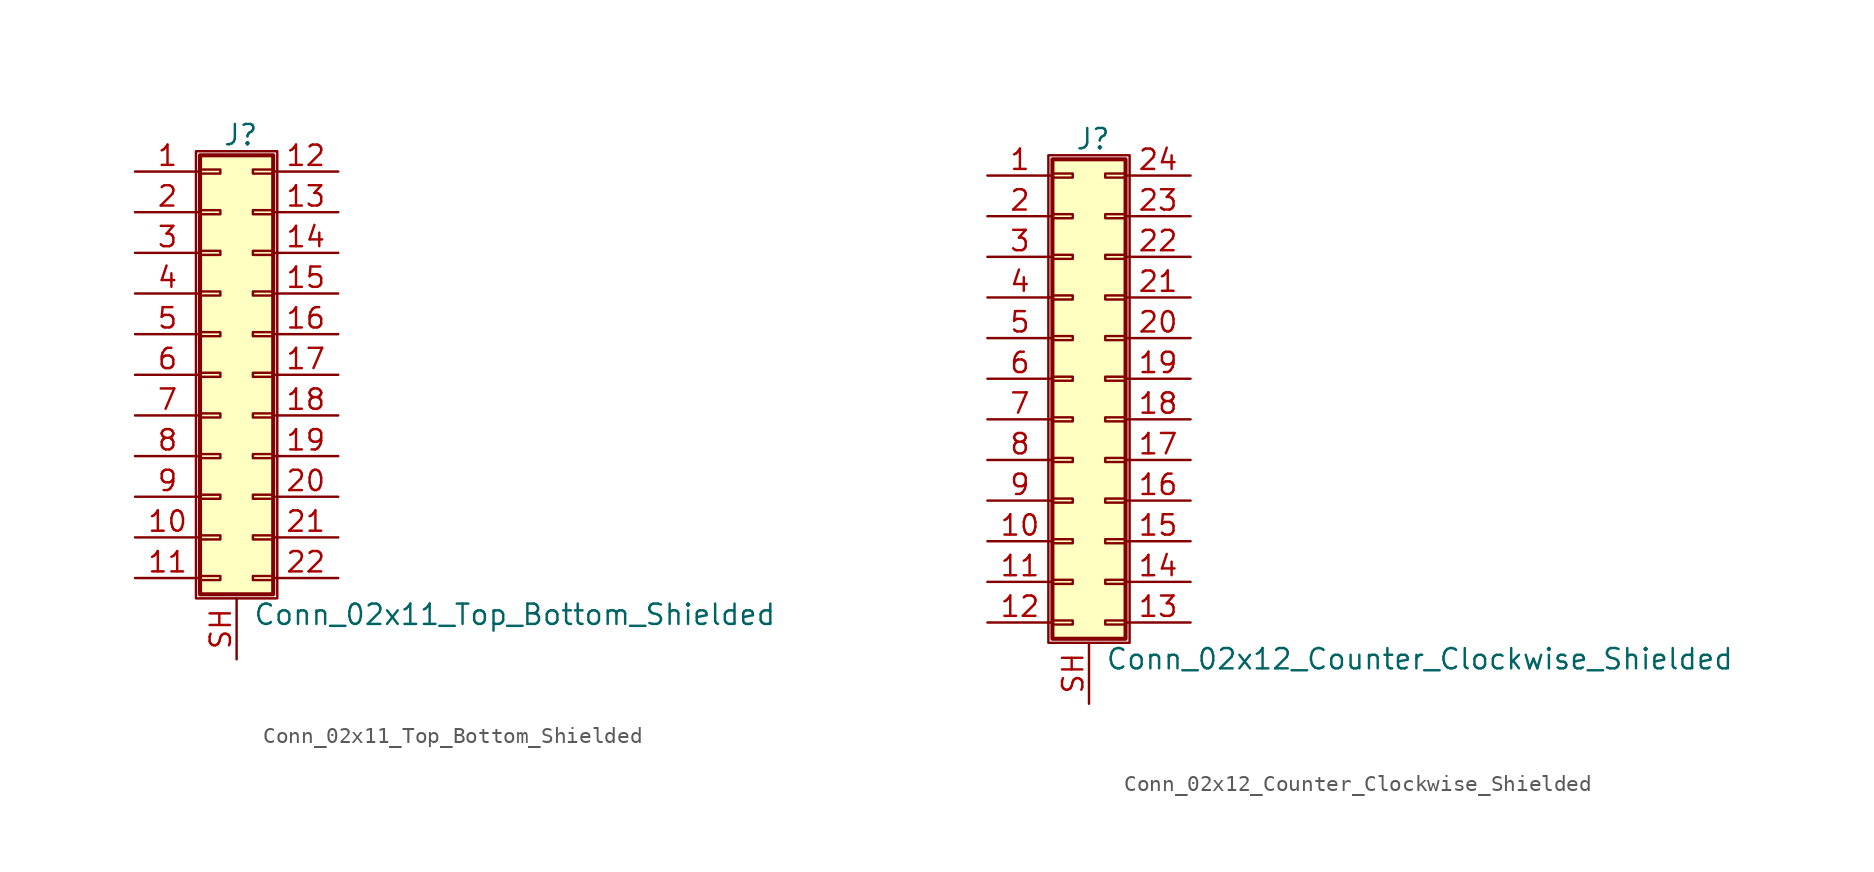
<source format=kicad_sym>
(kicad_symbol_lib
  (version 20201005)
  (generator kicad_symbol_editor)
  (symbol "Connector_Generic_Shielded:Conn_02x11_Top_Bottom_Shielded"
    (pin_names
      (offset 1.016) hide)
    (property "Reference" "J"
      (at 1.524 14.986 0)
      (effects (font (size 1.27 1.27))))
    (property "Value" "Conn_02x11_Top_Bottom_Shielded"
      (at 2.286 -14.986 0)
      (effects (font (size 1.27 1.27)) (justify left)))
    (symbol "Conn_02x11_Top_Bottom_Shielded_1_1"
      (rectangle (start -1.016 -4.953) (end 0.254 -5.207) (stroke (width 0.152)) (fill (type none)))
      (rectangle (start -1.016 -7.493) (end 0.254 -7.747) (stroke (width 0.152)) (fill (type none)))
      (rectangle (start -1.016 -10.033) (end 0.254 -10.287) (stroke (width 0.152)) (fill (type none)))
      (rectangle (start -1.016 -12.573) (end 0.254 -12.827) (stroke (width 0.152)) (fill (type none)))
      (rectangle (start -1.016 -2.413) (end 0.254 -2.667) (stroke (width 0.152)) (fill (type none)))
      (rectangle (start -1.016 2.667) (end 0.254 2.413) (stroke (width 0.152)) (fill (type none)))
      (rectangle (start -1.016 5.207) (end 0.254 4.953) (stroke (width 0.152)) (fill (type none)))
      (rectangle (start -1.016 7.747) (end 0.254 7.493) (stroke (width 0.152)) (fill (type none)))
      (rectangle (start -1.016 10.287) (end 0.254 10.033) (stroke (width 0.152)) (fill (type none)))
      (rectangle (start -1.016 0.127) (end 0.254 -0.127) (stroke (width 0.152)) (fill (type none)))
      (rectangle (start -1.016 12.827) (end 0.254 12.573) (stroke (width 0.152)) (fill (type none)))
      (rectangle (start -1.016 13.716) (end 3.556 -13.716) (stroke (width 0.254)) (fill (type background)))
      (rectangle (start -1.27 13.97) (end 3.81 -13.97) (stroke (width 0.152)) (fill (type none)))
      (rectangle (start 3.556 -4.953) (end 2.286 -5.207) (stroke (width 0.152)) (fill (type none)))
      (rectangle (start 3.556 -7.493) (end 2.286 -7.747) (stroke (width 0.152)) (fill (type none)))
      (rectangle (start 3.556 -10.033) (end 2.286 -10.287) (stroke (width 0.152)) (fill (type none)))
      (rectangle (start 3.556 -12.573) (end 2.286 -12.827) (stroke (width 0.152)) (fill (type none)))
      (rectangle (start 3.556 -2.413) (end 2.286 -2.667) (stroke (width 0.152)) (fill (type none)))
      (rectangle (start 3.556 2.667) (end 2.286 2.413) (stroke (width 0.152)) (fill (type none)))
      (rectangle (start 3.556 5.207) (end 2.286 4.953) (stroke (width 0.152)) (fill (type none)))
      (rectangle (start 3.556 7.747) (end 2.286 7.493) (stroke (width 0.152)) (fill (type none)))
      (rectangle (start 3.556 10.287) (end 2.286 10.033) (stroke (width 0.152)) (fill (type none)))
      (rectangle (start 3.556 0.127) (end 2.286 -0.127) (stroke (width 0.152)) (fill (type none)))
      (rectangle (start 3.556 12.827) (end 2.286 12.573) (stroke (width 0.152)) (fill (type none)))
      (pin passive line (at -5.08 12.7 0) (length 4.064) (name "Pin_1" (effects (font (size 1.27 1.27)))) (number "1" (effects (font (size 1.27 1.27)))))
      (pin passive line (at -5.08 -10.16 0) (length 4.064) (name "Pin_10" (effects (font (size 1.27 1.27)))) (number "10" (effects (font (size 1.27 1.27)))))
      (pin passive line (at -5.08 -12.7 0) (length 4.064) (name "Pin_11" (effects (font (size 1.27 1.27)))) (number "11" (effects (font (size 1.27 1.27)))))
      (pin passive line (at 7.62 12.7 180) (length 4.064) (name "Pin_12" (effects (font (size 1.27 1.27)))) (number "12" (effects (font (size 1.27 1.27)))))
      (pin passive line (at 7.62 10.16 180) (length 4.064) (name "Pin_13" (effects (font (size 1.27 1.27)))) (number "13" (effects (font (size 1.27 1.27)))))
      (pin passive line (at 7.62 7.62 180) (length 4.064) (name "Pin_14" (effects (font (size 1.27 1.27)))) (number "14" (effects (font (size 1.27 1.27)))))
      (pin passive line (at 7.62 5.08 180) (length 4.064) (name "Pin_15" (effects (font (size 1.27 1.27)))) (number "15" (effects (font (size 1.27 1.27)))))
      (pin passive line (at 7.62 2.54 180) (length 4.064) (name "Pin_16" (effects (font (size 1.27 1.27)))) (number "16" (effects (font (size 1.27 1.27)))))
      (pin passive line (at 7.62 0 180) (length 4.064) (name "Pin_17" (effects (font (size 1.27 1.27)))) (number "17" (effects (font (size 1.27 1.27)))))
      (pin passive line (at 7.62 -2.54 180) (length 4.064) (name "Pin_18" (effects (font (size 1.27 1.27)))) (number "18" (effects (font (size 1.27 1.27)))))
      (pin passive line (at 7.62 -5.08 180) (length 4.064) (name "Pin_19" (effects (font (size 1.27 1.27)))) (number "19" (effects (font (size 1.27 1.27)))))
      (pin passive line (at -5.08 10.16 0) (length 4.064) (name "Pin_2" (effects (font (size 1.27 1.27)))) (number "2" (effects (font (size 1.27 1.27)))))
      (pin passive line (at 7.62 -7.62 180) (length 4.064) (name "Pin_20" (effects (font (size 1.27 1.27)))) (number "20" (effects (font (size 1.27 1.27)))))
      (pin passive line (at 7.62 -10.16 180) (length 4.064) (name "Pin_21" (effects (font (size 1.27 1.27)))) (number "21" (effects (font (size 1.27 1.27)))))
      (pin passive line (at 7.62 -12.7 180) (length 4.064) (name "Pin_22" (effects (font (size 1.27 1.27)))) (number "22" (effects (font (size 1.27 1.27)))))
      (pin passive line (at -5.08 7.62 0) (length 4.064) (name "Pin_3" (effects (font (size 1.27 1.27)))) (number "3" (effects (font (size 1.27 1.27)))))
      (pin passive line (at -5.08 5.08 0) (length 4.064) (name "Pin_4" (effects (font (size 1.27 1.27)))) (number "4" (effects (font (size 1.27 1.27)))))
      (pin passive line (at -5.08 2.54 0) (length 4.064) (name "Pin_5" (effects (font (size 1.27 1.27)))) (number "5" (effects (font (size 1.27 1.27)))))
      (pin passive line (at -5.08 0 0) (length 4.064) (name "Pin_6" (effects (font (size 1.27 1.27)))) (number "6" (effects (font (size 1.27 1.27)))))
      (pin passive line (at -5.08 -2.54 0) (length 4.064) (name "Pin_7" (effects (font (size 1.27 1.27)))) (number "7" (effects (font (size 1.27 1.27)))))
      (pin passive line (at -5.08 -5.08 0) (length 4.064) (name "Pin_8" (effects (font (size 1.27 1.27)))) (number "8" (effects (font (size 1.27 1.27)))))
      (pin passive line (at -5.08 -7.62 0) (length 4.064) (name "Pin_9" (effects (font (size 1.27 1.27)))) (number "9" (effects (font (size 1.27 1.27)))))
      (pin passive line (at 1.27 -17.78 90) (length 3.81) (name "Shield" (effects (font (size 1.27 1.27)))) (number "SH" (effects (font (size 1.27 1.27)))))))
  (symbol "Connector_Generic_Shielded:Conn_02x12_Counter_Clockwise_Shielded"
    (pin_names
      (offset 1.016) hide)
    (property "Reference" "J"
      (at 1.524 14.986 0)
      (effects (font (size 1.27 1.27))))
    (property "Value" "Conn_02x12_Counter_Clockwise_Shielded"
      (at 2.286 -17.526 0)
      (effects (font (size 1.27 1.27)) (justify left)))
    (symbol "Conn_02x12_Counter_Clockwise_Shielded_1_1"
      (rectangle (start -1.016 -4.953) (end 0.254 -5.207) (stroke (width 0.152)) (fill (type none)))
      (rectangle (start -1.016 -7.493) (end 0.254 -7.747) (stroke (width 0.152)) (fill (type none)))
      (rectangle (start -1.016 -10.033) (end 0.254 -10.287) (stroke (width 0.152)) (fill (type none)))
      (rectangle (start -1.016 -12.573) (end 0.254 -12.827) (stroke (width 0.152)) (fill (type none)))
      (rectangle (start -1.016 -15.113) (end 0.254 -15.367) (stroke (width 0.152)) (fill (type none)))
      (rectangle (start -1.016 -2.413) (end 0.254 -2.667) (stroke (width 0.152)) (fill (type none)))
      (rectangle (start -1.016 2.667) (end 0.254 2.413) (stroke (width 0.152)) (fill (type none)))
      (rectangle (start -1.016 5.207) (end 0.254 4.953) (stroke (width 0.152)) (fill (type none)))
      (rectangle (start -1.016 7.747) (end 0.254 7.493) (stroke (width 0.152)) (fill (type none)))
      (rectangle (start -1.016 10.287) (end 0.254 10.033) (stroke (width 0.152)) (fill (type none)))
      (rectangle (start -1.016 0.127) (end 0.254 -0.127) (stroke (width 0.152)) (fill (type none)))
      (rectangle (start -1.016 12.827) (end 0.254 12.573) (stroke (width 0.152)) (fill (type none)))
      (rectangle (start -1.016 13.716) (end 3.556 -16.256) (stroke (width 0.254)) (fill (type background)))
      (rectangle (start -1.27 13.97) (end 3.81 -16.51) (stroke (width 0.152)) (fill (type none)))
      (rectangle (start 3.556 -4.953) (end 2.286 -5.207) (stroke (width 0.152)) (fill (type none)))
      (rectangle (start 3.556 -7.493) (end 2.286 -7.747) (stroke (width 0.152)) (fill (type none)))
      (rectangle (start 3.556 -10.033) (end 2.286 -10.287) (stroke (width 0.152)) (fill (type none)))
      (rectangle (start 3.556 -12.573) (end 2.286 -12.827) (stroke (width 0.152)) (fill (type none)))
      (rectangle (start 3.556 -15.113) (end 2.286 -15.367) (stroke (width 0.152)) (fill (type none)))
      (rectangle (start 3.556 -2.413) (end 2.286 -2.667) (stroke (width 0.152)) (fill (type none)))
      (rectangle (start 3.556 2.667) (end 2.286 2.413) (stroke (width 0.152)) (fill (type none)))
      (rectangle (start 3.556 5.207) (end 2.286 4.953) (stroke (width 0.152)) (fill (type none)))
      (rectangle (start 3.556 7.747) (end 2.286 7.493) (stroke (width 0.152)) (fill (type none)))
      (rectangle (start 3.556 10.287) (end 2.286 10.033) (stroke (width 0.152)) (fill (type none)))
      (rectangle (start 3.556 0.127) (end 2.286 -0.127) (stroke (width 0.152)) (fill (type none)))
      (rectangle (start 3.556 12.827) (end 2.286 12.573) (stroke (width 0.152)) (fill (type none)))
      (pin passive line (at -5.08 12.7 0) (length 4.064) (name "Pin_1" (effects (font (size 1.27 1.27)))) (number "1" (effects (font (size 1.27 1.27)))))
      (pin passive line (at -5.08 -10.16 0) (length 4.064) (name "Pin_10" (effects (font (size 1.27 1.27)))) (number "10" (effects (font (size 1.27 1.27)))))
      (pin passive line (at -5.08 -12.7 0) (length 4.064) (name "Pin_11" (effects (font (size 1.27 1.27)))) (number "11" (effects (font (size 1.27 1.27)))))
      (pin passive line (at -5.08 -15.24 0) (length 4.064) (name "Pin_12" (effects (font (size 1.27 1.27)))) (number "12" (effects (font (size 1.27 1.27)))))
      (pin passive line (at 7.62 -15.24 180) (length 4.064) (name "Pin_13" (effects (font (size 1.27 1.27)))) (number "13" (effects (font (size 1.27 1.27)))))
      (pin passive line (at 7.62 -12.7 180) (length 4.064) (name "Pin_14" (effects (font (size 1.27 1.27)))) (number "14" (effects (font (size 1.27 1.27)))))
      (pin passive line (at 7.62 -10.16 180) (length 4.064) (name "Pin_15" (effects (font (size 1.27 1.27)))) (number "15" (effects (font (size 1.27 1.27)))))
      (pin passive line (at 7.62 -7.62 180) (length 4.064) (name "Pin_16" (effects (font (size 1.27 1.27)))) (number "16" (effects (font (size 1.27 1.27)))))
      (pin passive line (at 7.62 -5.08 180) (length 4.064) (name "Pin_17" (effects (font (size 1.27 1.27)))) (number "17" (effects (font (size 1.27 1.27)))))
      (pin passive line (at 7.62 -2.54 180) (length 4.064) (name "Pin_18" (effects (font (size 1.27 1.27)))) (number "18" (effects (font (size 1.27 1.27)))))
      (pin passive line (at 7.62 0 180) (length 4.064) (name "Pin_19" (effects (font (size 1.27 1.27)))) (number "19" (effects (font (size 1.27 1.27)))))
      (pin passive line (at -5.08 10.16 0) (length 4.064) (name "Pin_2" (effects (font (size 1.27 1.27)))) (number "2" (effects (font (size 1.27 1.27)))))
      (pin passive line (at 7.62 2.54 180) (length 4.064) (name "Pin_20" (effects (font (size 1.27 1.27)))) (number "20" (effects (font (size 1.27 1.27)))))
      (pin passive line (at 7.62 5.08 180) (length 4.064) (name "Pin_21" (effects (font (size 1.27 1.27)))) (number "21" (effects (font (size 1.27 1.27)))))
      (pin passive line (at 7.62 7.62 180) (length 4.064) (name "Pin_22" (effects (font (size 1.27 1.27)))) (number "22" (effects (font (size 1.27 1.27)))))
      (pin passive line (at 7.62 10.16 180) (length 4.064) (name "Pin_23" (effects (font (size 1.27 1.27)))) (number "23" (effects (font (size 1.27 1.27)))))
      (pin passive line (at 7.62 12.7 180) (length 4.064) (name "Pin_24" (effects (font (size 1.27 1.27)))) (number "24" (effects (font (size 1.27 1.27)))))
      (pin passive line (at -5.08 7.62 0) (length 4.064) (name "Pin_3" (effects (font (size 1.27 1.27)))) (number "3" (effects (font (size 1.27 1.27)))))
      (pin passive line (at -5.08 5.08 0) (length 4.064) (name "Pin_4" (effects (font (size 1.27 1.27)))) (number "4" (effects (font (size 1.27 1.27)))))
      (pin passive line (at -5.08 2.54 0) (length 4.064) (name "Pin_5" (effects (font (size 1.27 1.27)))) (number "5" (effects (font (size 1.27 1.27)))))
      (pin passive line (at -5.08 0 0) (length 4.064) (name "Pin_6" (effects (font (size 1.27 1.27)))) (number "6" (effects (font (size 1.27 1.27)))))
      (pin passive line (at -5.08 -2.54 0) (length 4.064) (name "Pin_7" (effects (font (size 1.27 1.27)))) (number "7" (effects (font (size 1.27 1.27)))))
      (pin passive line (at -5.08 -5.08 0) (length 4.064) (name "Pin_8" (effects (font (size 1.27 1.27)))) (number "8" (effects (font (size 1.27 1.27)))))
      (pin passive line (at -5.08 -7.62 0) (length 4.064) (name "Pin_9" (effects (font (size 1.27 1.27)))) (number "9" (effects (font (size 1.27 1.27)))))
      (pin passive line (at 1.27 -20.32 90) (length 3.81) (name "Shield" (effects (font (size 1.27 1.27)))) (number "SH" (effects (font (size 1.27 1.27))))))))
</source>
